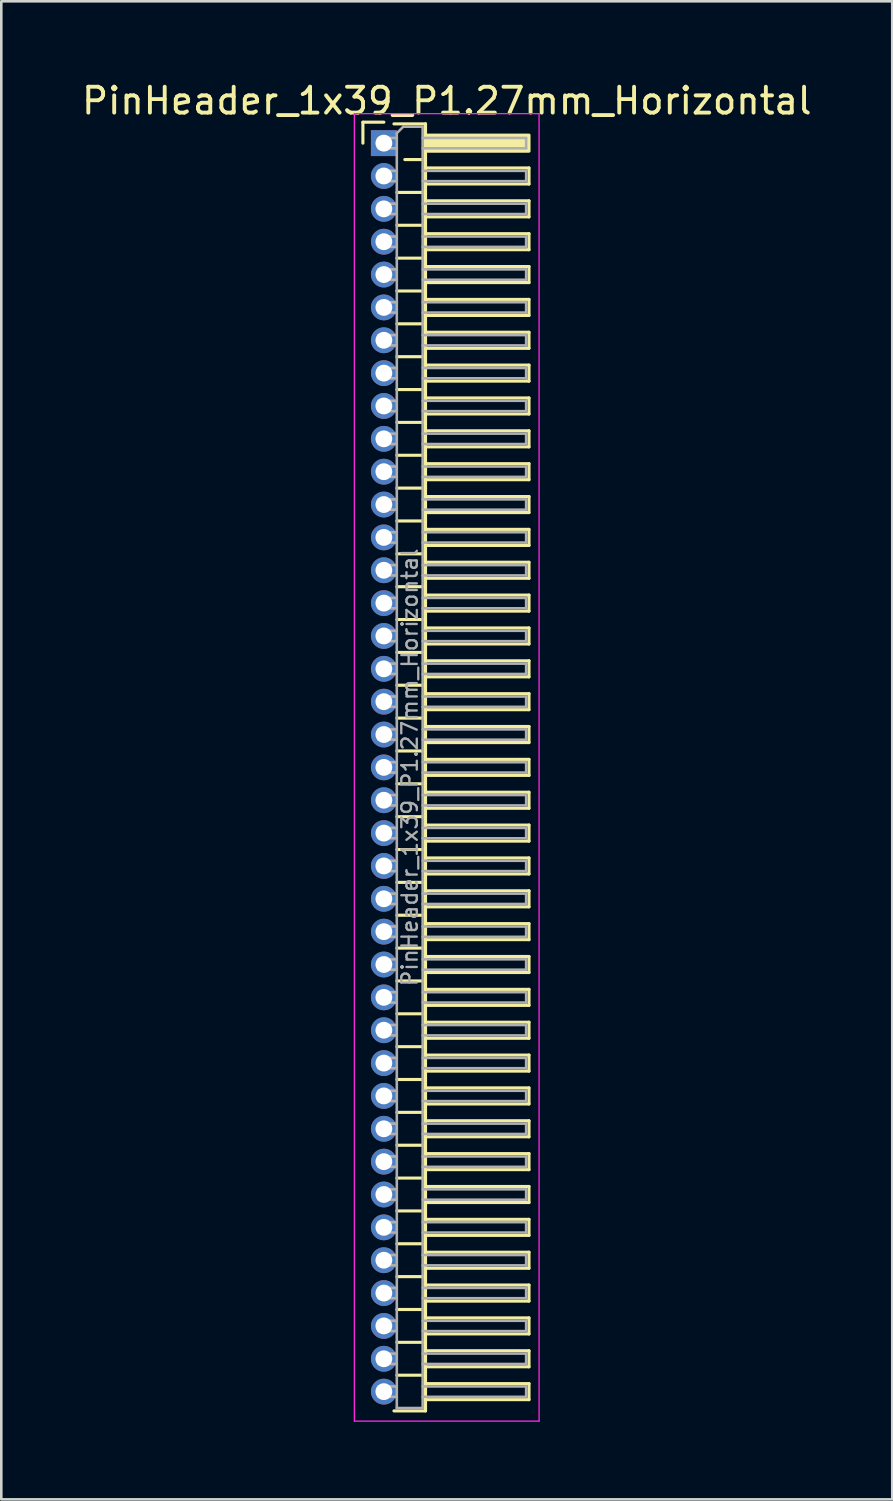
<source format=kicad_pcb>
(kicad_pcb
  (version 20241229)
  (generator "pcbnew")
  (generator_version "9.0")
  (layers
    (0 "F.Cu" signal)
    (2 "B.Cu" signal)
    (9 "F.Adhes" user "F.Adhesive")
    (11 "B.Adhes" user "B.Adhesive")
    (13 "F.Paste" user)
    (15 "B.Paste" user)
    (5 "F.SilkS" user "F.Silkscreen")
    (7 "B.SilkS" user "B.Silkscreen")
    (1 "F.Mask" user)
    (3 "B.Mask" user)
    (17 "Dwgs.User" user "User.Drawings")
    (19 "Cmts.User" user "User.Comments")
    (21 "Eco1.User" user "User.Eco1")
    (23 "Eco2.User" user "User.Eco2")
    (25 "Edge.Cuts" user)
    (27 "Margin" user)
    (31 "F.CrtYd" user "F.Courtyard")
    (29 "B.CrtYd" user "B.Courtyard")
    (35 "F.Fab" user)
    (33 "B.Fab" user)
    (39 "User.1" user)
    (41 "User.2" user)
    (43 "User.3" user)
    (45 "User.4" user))
  (footprint "PinHeader_1x39_P1.27mm_Horizontal"
    (layer "F.Cu")
    (at 11.788 2.483)
    (property "Reference" "PinHeader_1x39_P1.27mm_Horizontal" (at 2.433 -1.635 0) (layer "F.SilkS") (effects (font (size 1 1) (thickness 0.15))))
    (attr through_hole)
    (fp_line (start -0.81 -0.81) (end 0 -0.81) (stroke (width 0.12) (type solid)) (layer "F.SilkS"))
    (fp_line (start -0.81 0) (end -0.81 -0.81) (stroke (width 0.12) (type solid)) (layer "F.SilkS"))
    (fp_line (start 0.39 -0.745) (end 1.61 -0.745) (stroke (width 0.12) (type solid)) (layer "F.SilkS"))
    (fp_line (start 0.503 1.905) (end 1.61 1.905) (stroke (width 0.12) (type solid)) (layer "F.SilkS"))
    (fp_line (start 0.503 3.175) (end 1.61 3.175) (stroke (width 0.12) (type solid)) (layer "F.SilkS"))
    (fp_line (start 0.503 4.445) (end 1.61 4.445) (stroke (width 0.12) (type solid)) (layer "F.SilkS"))
    (fp_line (start 0.503 5.715) (end 1.61 5.715) (stroke (width 0.12) (type solid)) (layer "F.SilkS"))
    (fp_line (start 0.503 6.985) (end 1.61 6.985) (stroke (width 0.12) (type solid)) (layer "F.SilkS"))
    (fp_line (start 0.503 8.255) (end 1.61 8.255) (stroke (width 0.12) (type solid)) (layer "F.SilkS"))
    (fp_line (start 0.503 9.525) (end 1.61 9.525) (stroke (width 0.12) (type solid)) (layer "F.SilkS"))
    (fp_line (start 0.503 10.795) (end 1.61 10.795) (stroke (width 0.12) (type solid)) (layer "F.SilkS"))
    (fp_line (start 0.503 12.065) (end 1.61 12.065) (stroke (width 0.12) (type solid)) (layer "F.SilkS"))
    (fp_line (start 0.503 13.335) (end 1.61 13.335) (stroke (width 0.12) (type solid)) (layer "F.SilkS"))
    (fp_line (start 0.503 14.605) (end 1.61 14.605) (stroke (width 0.12) (type solid)) (layer "F.SilkS"))
    (fp_line (start 0.503 15.875) (end 1.61 15.875) (stroke (width 0.12) (type solid)) (layer "F.SilkS"))
    (fp_line (start 0.503 17.145) (end 1.61 17.145) (stroke (width 0.12) (type solid)) (layer "F.SilkS"))
    (fp_line (start 0.503 18.415) (end 1.61 18.415) (stroke (width 0.12) (type solid)) (layer "F.SilkS"))
    (fp_line (start 0.503 19.685) (end 1.61 19.685) (stroke (width 0.12) (type solid)) (layer "F.SilkS"))
    (fp_line (start 0.503 20.955) (end 1.61 20.955) (stroke (width 0.12) (type solid)) (layer "F.SilkS"))
    (fp_line (start 0.503 22.225) (end 1.61 22.225) (stroke (width 0.12) (type solid)) (layer "F.SilkS"))
    (fp_line (start 0.503 23.495) (end 1.61 23.495) (stroke (width 0.12) (type solid)) (layer "F.SilkS"))
    (fp_line (start 0.503 24.765) (end 1.61 24.765) (stroke (width 0.12) (type solid)) (layer "F.SilkS"))
    (fp_line (start 0.503 26.035) (end 1.61 26.035) (stroke (width 0.12) (type solid)) (layer "F.SilkS"))
    (fp_line (start 0.503 27.305) (end 1.61 27.305) (stroke (width 0.12) (type solid)) (layer "F.SilkS"))
    (fp_line (start 0.503 28.575) (end 1.61 28.575) (stroke (width 0.12) (type solid)) (layer "F.SilkS"))
    (fp_line (start 0.503 29.845) (end 1.61 29.845) (stroke (width 0.12) (type solid)) (layer "F.SilkS"))
    (fp_line (start 0.503 31.115) (end 1.61 31.115) (stroke (width 0.12) (type solid)) (layer "F.SilkS"))
    (fp_line (start 0.503 32.385) (end 1.61 32.385) (stroke (width 0.12) (type solid)) (layer "F.SilkS"))
    (fp_line (start 0.503 33.655) (end 1.61 33.655) (stroke (width 0.12) (type solid)) (layer "F.SilkS"))
    (fp_line (start 0.503 34.925) (end 1.61 34.925) (stroke (width 0.12) (type solid)) (layer "F.SilkS"))
    (fp_line (start 0.503 36.195) (end 1.61 36.195) (stroke (width 0.12) (type solid)) (layer "F.SilkS"))
    (fp_line (start 0.503 37.465) (end 1.61 37.465) (stroke (width 0.12) (type solid)) (layer "F.SilkS"))
    (fp_line (start 0.503 38.735) (end 1.61 38.735) (stroke (width 0.12) (type solid)) (layer "F.SilkS"))
    (fp_line (start 0.503 40.005) (end 1.61 40.005) (stroke (width 0.12) (type solid)) (layer "F.SilkS"))
    (fp_line (start 0.503 41.275) (end 1.61 41.275) (stroke (width 0.12) (type solid)) (layer "F.SilkS"))
    (fp_line (start 0.503 42.545) (end 1.61 42.545) (stroke (width 0.12) (type solid)) (layer "F.SilkS"))
    (fp_line (start 0.503 43.815) (end 1.61 43.815) (stroke (width 0.12) (type solid)) (layer "F.SilkS"))
    (fp_line (start 0.503 45.085) (end 1.61 45.085) (stroke (width 0.12) (type solid)) (layer "F.SilkS"))
    (fp_line (start 0.503 46.355) (end 1.61 46.355) (stroke (width 0.12) (type solid)) (layer "F.SilkS"))
    (fp_line (start 0.503 47.625) (end 1.61 47.625) (stroke (width 0.12) (type solid)) (layer "F.SilkS"))
    (fp_line (start 0.81 0.635) (end 1.61 0.635) (stroke (width 0.12) (type solid)) (layer "F.SilkS"))
    (fp_line (start 1.61 -0.745) (end 1.61 49.005) (stroke (width 0.12) (type solid)) (layer "F.SilkS"))
    (fp_line (start 1.61 0.96) (end 5.61 0.96) (stroke (width 0.12) (type solid)) (layer "F.SilkS"))
    (fp_line (start 1.61 2.23) (end 5.61 2.23) (stroke (width 0.12) (type solid)) (layer "F.SilkS"))
    (fp_line (start 1.61 3.5) (end 5.61 3.5) (stroke (width 0.12) (type solid)) (layer "F.SilkS"))
    (fp_line (start 1.61 4.77) (end 5.61 4.77) (stroke (width 0.12) (type solid)) (layer "F.SilkS"))
    (fp_line (start 1.61 6.04) (end 5.61 6.04) (stroke (width 0.12) (type solid)) (layer "F.SilkS"))
    (fp_line (start 1.61 7.31) (end 5.61 7.31) (stroke (width 0.12) (type solid)) (layer "F.SilkS"))
    (fp_line (start 1.61 8.58) (end 5.61 8.58) (stroke (width 0.12) (type solid)) (layer "F.SilkS"))
    (fp_line (start 1.61 9.85) (end 5.61 9.85) (stroke (width 0.12) (type solid)) (layer "F.SilkS"))
    (fp_line (start 1.61 11.12) (end 5.61 11.12) (stroke (width 0.12) (type solid)) (layer "F.SilkS"))
    (fp_line (start 1.61 12.39) (end 5.61 12.39) (stroke (width 0.12) (type solid)) (layer "F.SilkS"))
    (fp_line (start 1.61 13.66) (end 5.61 13.66) (stroke (width 0.12) (type solid)) (layer "F.SilkS"))
    (fp_line (start 1.61 14.93) (end 5.61 14.93) (stroke (width 0.12) (type solid)) (layer "F.SilkS"))
    (fp_line (start 1.61 16.2) (end 5.61 16.2) (stroke (width 0.12) (type solid)) (layer "F.SilkS"))
    (fp_line (start 1.61 17.47) (end 5.61 17.47) (stroke (width 0.12) (type solid)) (layer "F.SilkS"))
    (fp_line (start 1.61 18.74) (end 5.61 18.74) (stroke (width 0.12) (type solid)) (layer "F.SilkS"))
    (fp_line (start 1.61 20.01) (end 5.61 20.01) (stroke (width 0.12) (type solid)) (layer "F.SilkS"))
    (fp_line (start 1.61 21.28) (end 5.61 21.28) (stroke (width 0.12) (type solid)) (layer "F.SilkS"))
    (fp_line (start 1.61 22.55) (end 5.61 22.55) (stroke (width 0.12) (type solid)) (layer "F.SilkS"))
    (fp_line (start 1.61 23.82) (end 5.61 23.82) (stroke (width 0.12) (type solid)) (layer "F.SilkS"))
    (fp_line (start 1.61 25.09) (end 5.61 25.09) (stroke (width 0.12) (type solid)) (layer "F.SilkS"))
    (fp_line (start 1.61 26.36) (end 5.61 26.36) (stroke (width 0.12) (type solid)) (layer "F.SilkS"))
    (fp_line (start 1.61 27.63) (end 5.61 27.63) (stroke (width 0.12) (type solid)) (layer "F.SilkS"))
    (fp_line (start 1.61 28.9) (end 5.61 28.9) (stroke (width 0.12) (type solid)) (layer "F.SilkS"))
    (fp_line (start 1.61 30.17) (end 5.61 30.17) (stroke (width 0.12) (type solid)) (layer "F.SilkS"))
    (fp_line (start 1.61 31.44) (end 5.61 31.44) (stroke (width 0.12) (type solid)) (layer "F.SilkS"))
    (fp_line (start 1.61 32.71) (end 5.61 32.71) (stroke (width 0.12) (type solid)) (layer "F.SilkS"))
    (fp_line (start 1.61 33.98) (end 5.61 33.98) (stroke (width 0.12) (type solid)) (layer "F.SilkS"))
    (fp_line (start 1.61 35.25) (end 5.61 35.25) (stroke (width 0.12) (type solid)) (layer "F.SilkS"))
    (fp_line (start 1.61 36.52) (end 5.61 36.52) (stroke (width 0.12) (type solid)) (layer "F.SilkS"))
    (fp_line (start 1.61 37.79) (end 5.61 37.79) (stroke (width 0.12) (type solid)) (layer "F.SilkS"))
    (fp_line (start 1.61 39.06) (end 5.61 39.06) (stroke (width 0.12) (type solid)) (layer "F.SilkS"))
    (fp_line (start 1.61 40.33) (end 5.61 40.33) (stroke (width 0.12) (type solid)) (layer "F.SilkS"))
    (fp_line (start 1.61 41.6) (end 5.61 41.6) (stroke (width 0.12) (type solid)) (layer "F.SilkS"))
    (fp_line (start 1.61 42.87) (end 5.61 42.87) (stroke (width 0.12) (type solid)) (layer "F.SilkS"))
    (fp_line (start 1.61 44.14) (end 5.61 44.14) (stroke (width 0.12) (type solid)) (layer "F.SilkS"))
    (fp_line (start 1.61 45.41) (end 5.61 45.41) (stroke (width 0.12) (type solid)) (layer "F.SilkS"))
    (fp_line (start 1.61 46.68) (end 5.61 46.68) (stroke (width 0.12) (type solid)) (layer "F.SilkS"))
    (fp_line (start 1.61 47.95) (end 5.61 47.95) (stroke (width 0.12) (type solid)) (layer "F.SilkS"))
    (fp_line (start 1.61 49.005) (end 0.39 49.005) (stroke (width 0.12) (type solid)) (layer "F.SilkS"))
    (fp_line (start 5.61 0.96) (end 5.61 1.58) (stroke (width 0.12) (type solid)) (layer "F.SilkS"))
    (fp_line (start 5.61 1.58) (end 1.61 1.58) (stroke (width 0.12) (type solid)) (layer "F.SilkS"))
    (fp_line (start 5.61 2.23) (end 5.61 2.85) (stroke (width 0.12) (type solid)) (layer "F.SilkS"))
    (fp_line (start 5.61 2.85) (end 1.61 2.85) (stroke (width 0.12) (type solid)) (layer "F.SilkS"))
    (fp_line (start 5.61 3.5) (end 5.61 4.12) (stroke (width 0.12) (type solid)) (layer "F.SilkS"))
    (fp_line (start 5.61 4.12) (end 1.61 4.12) (stroke (width 0.12) (type solid)) (layer "F.SilkS"))
    (fp_line (start 5.61 4.77) (end 5.61 5.39) (stroke (width 0.12) (type solid)) (layer "F.SilkS"))
    (fp_line (start 5.61 5.39) (end 1.61 5.39) (stroke (width 0.12) (type solid)) (layer "F.SilkS"))
    (fp_line (start 5.61 6.04) (end 5.61 6.66) (stroke (width 0.12) (type solid)) (layer "F.SilkS"))
    (fp_line (start 5.61 6.66) (end 1.61 6.66) (stroke (width 0.12) (type solid)) (layer "F.SilkS"))
    (fp_line (start 5.61 7.31) (end 5.61 7.93) (stroke (width 0.12) (type solid)) (layer "F.SilkS"))
    (fp_line (start 5.61 7.93) (end 1.61 7.93) (stroke (width 0.12) (type solid)) (layer "F.SilkS"))
    (fp_line (start 5.61 8.58) (end 5.61 9.2) (stroke (width 0.12) (type solid)) (layer "F.SilkS"))
    (fp_line (start 5.61 9.2) (end 1.61 9.2) (stroke (width 0.12) (type solid)) (layer "F.SilkS"))
    (fp_line (start 5.61 9.85) (end 5.61 10.47) (stroke (width 0.12) (type solid)) (layer "F.SilkS"))
    (fp_line (start 5.61 10.47) (end 1.61 10.47) (stroke (width 0.12) (type solid)) (layer "F.SilkS"))
    (fp_line (start 5.61 11.12) (end 5.61 11.74) (stroke (width 0.12) (type solid)) (layer "F.SilkS"))
    (fp_line (start 5.61 11.74) (end 1.61 11.74) (stroke (width 0.12) (type solid)) (layer "F.SilkS"))
    (fp_line (start 5.61 12.39) (end 5.61 13.01) (stroke (width 0.12) (type solid)) (layer "F.SilkS"))
    (fp_line (start 5.61 13.01) (end 1.61 13.01) (stroke (width 0.12) (type solid)) (layer "F.SilkS"))
    (fp_line (start 5.61 13.66) (end 5.61 14.28) (stroke (width 0.12) (type solid)) (layer "F.SilkS"))
    (fp_line (start 5.61 14.28) (end 1.61 14.28) (stroke (width 0.12) (type solid)) (layer "F.SilkS"))
    (fp_line (start 5.61 14.93) (end 5.61 15.55) (stroke (width 0.12) (type solid)) (layer "F.SilkS"))
    (fp_line (start 5.61 15.55) (end 1.61 15.55) (stroke (width 0.12) (type solid)) (layer "F.SilkS"))
    (fp_line (start 5.61 16.2) (end 5.61 16.82) (stroke (width 0.12) (type solid)) (layer "F.SilkS"))
    (fp_line (start 5.61 16.82) (end 1.61 16.82) (stroke (width 0.12) (type solid)) (layer "F.SilkS"))
    (fp_line (start 5.61 17.47) (end 5.61 18.09) (stroke (width 0.12) (type solid)) (layer "F.SilkS"))
    (fp_line (start 5.61 18.09) (end 1.61 18.09) (stroke (width 0.12) (type solid)) (layer "F.SilkS"))
    (fp_line (start 5.61 18.74) (end 5.61 19.36) (stroke (width 0.12) (type solid)) (layer "F.SilkS"))
    (fp_line (start 5.61 19.36) (end 1.61 19.36) (stroke (width 0.12) (type solid)) (layer "F.SilkS"))
    (fp_line (start 5.61 20.01) (end 5.61 20.63) (stroke (width 0.12) (type solid)) (layer "F.SilkS"))
    (fp_line (start 5.61 20.63) (end 1.61 20.63) (stroke (width 0.12) (type solid)) (layer "F.SilkS"))
    (fp_line (start 5.61 21.28) (end 5.61 21.9) (stroke (width 0.12) (type solid)) (layer "F.SilkS"))
    (fp_line (start 5.61 21.9) (end 1.61 21.9) (stroke (width 0.12) (type solid)) (layer "F.SilkS"))
    (fp_line (start 5.61 22.55) (end 5.61 23.17) (stroke (width 0.12) (type solid)) (layer "F.SilkS"))
    (fp_line (start 5.61 23.17) (end 1.61 23.17) (stroke (width 0.12) (type solid)) (layer "F.SilkS"))
    (fp_line (start 5.61 23.82) (end 5.61 24.44) (stroke (width 0.12) (type solid)) (layer "F.SilkS"))
    (fp_line (start 5.61 24.44) (end 1.61 24.44) (stroke (width 0.12) (type solid)) (layer "F.SilkS"))
    (fp_line (start 5.61 25.09) (end 5.61 25.71) (stroke (width 0.12) (type solid)) (layer "F.SilkS"))
    (fp_line (start 5.61 25.71) (end 1.61 25.71) (stroke (width 0.12) (type solid)) (layer "F.SilkS"))
    (fp_line (start 5.61 26.36) (end 5.61 26.98) (stroke (width 0.12) (type solid)) (layer "F.SilkS"))
    (fp_line (start 5.61 26.98) (end 1.61 26.98) (stroke (width 0.12) (type solid)) (layer "F.SilkS"))
    (fp_line (start 5.61 27.63) (end 5.61 28.25) (stroke (width 0.12) (type solid)) (layer "F.SilkS"))
    (fp_line (start 5.61 28.25) (end 1.61 28.25) (stroke (width 0.12) (type solid)) (layer "F.SilkS"))
    (fp_line (start 5.61 28.9) (end 5.61 29.52) (stroke (width 0.12) (type solid)) (layer "F.SilkS"))
    (fp_line (start 5.61 29.52) (end 1.61 29.52) (stroke (width 0.12) (type solid)) (layer "F.SilkS"))
    (fp_line (start 5.61 30.17) (end 5.61 30.79) (stroke (width 0.12) (type solid)) (layer "F.SilkS"))
    (fp_line (start 5.61 30.79) (end 1.61 30.79) (stroke (width 0.12) (type solid)) (layer "F.SilkS"))
    (fp_line (start 5.61 31.44) (end 5.61 32.06) (stroke (width 0.12) (type solid)) (layer "F.SilkS"))
    (fp_line (start 5.61 32.06) (end 1.61 32.06) (stroke (width 0.12) (type solid)) (layer "F.SilkS"))
    (fp_line (start 5.61 32.71) (end 5.61 33.33) (stroke (width 0.12) (type solid)) (layer "F.SilkS"))
    (fp_line (start 5.61 33.33) (end 1.61 33.33) (stroke (width 0.12) (type solid)) (layer "F.SilkS"))
    (fp_line (start 5.61 33.98) (end 5.61 34.6) (stroke (width 0.12) (type solid)) (layer "F.SilkS"))
    (fp_line (start 5.61 34.6) (end 1.61 34.6) (stroke (width 0.12) (type solid)) (layer "F.SilkS"))
    (fp_line (start 5.61 35.25) (end 5.61 35.87) (stroke (width 0.12) (type solid)) (layer "F.SilkS"))
    (fp_line (start 5.61 35.87) (end 1.61 35.87) (stroke (width 0.12) (type solid)) (layer "F.SilkS"))
    (fp_line (start 5.61 36.52) (end 5.61 37.14) (stroke (width 0.12) (type solid)) (layer "F.SilkS"))
    (fp_line (start 5.61 37.14) (end 1.61 37.14) (stroke (width 0.12) (type solid)) (layer "F.SilkS"))
    (fp_line (start 5.61 37.79) (end 5.61 38.41) (stroke (width 0.12) (type solid)) (layer "F.SilkS"))
    (fp_line (start 5.61 38.41) (end 1.61 38.41) (stroke (width 0.12) (type solid)) (layer "F.SilkS"))
    (fp_line (start 5.61 39.06) (end 5.61 39.68) (stroke (width 0.12) (type solid)) (layer "F.SilkS"))
    (fp_line (start 5.61 39.68) (end 1.61 39.68) (stroke (width 0.12) (type solid)) (layer "F.SilkS"))
    (fp_line (start 5.61 40.33) (end 5.61 40.95) (stroke (width 0.12) (type solid)) (layer "F.SilkS"))
    (fp_line (start 5.61 40.95) (end 1.61 40.95) (stroke (width 0.12) (type solid)) (layer "F.SilkS"))
    (fp_line (start 5.61 41.6) (end 5.61 42.22) (stroke (width 0.12) (type solid)) (layer "F.SilkS"))
    (fp_line (start 5.61 42.22) (end 1.61 42.22) (stroke (width 0.12) (type solid)) (layer "F.SilkS"))
    (fp_line (start 5.61 42.87) (end 5.61 43.49) (stroke (width 0.12) (type solid)) (layer "F.SilkS"))
    (fp_line (start 5.61 43.49) (end 1.61 43.49) (stroke (width 0.12) (type solid)) (layer "F.SilkS"))
    (fp_line (start 5.61 44.14) (end 5.61 44.76) (stroke (width 0.12) (type solid)) (layer "F.SilkS"))
    (fp_line (start 5.61 44.76) (end 1.61 44.76) (stroke (width 0.12) (type solid)) (layer "F.SilkS"))
    (fp_line (start 5.61 45.41) (end 5.61 46.03) (stroke (width 0.12) (type solid)) (layer "F.SilkS"))
    (fp_line (start 5.61 46.03) (end 1.61 46.03) (stroke (width 0.12) (type solid)) (layer "F.SilkS"))
    (fp_line (start 5.61 46.68) (end 5.61 47.3) (stroke (width 0.12) (type solid)) (layer "F.SilkS"))
    (fp_line (start 5.61 47.3) (end 1.61 47.3) (stroke (width 0.12) (type solid)) (layer "F.SilkS"))
    (fp_line (start 5.61 47.95) (end 5.61 48.57) (stroke (width 0.12) (type solid)) (layer "F.SilkS"))
    (fp_line (start 5.61 48.57) (end 1.61 48.57) (stroke (width 0.12) (type solid)) (layer "F.SilkS"))
    (fp_rect (start 1.61 -0.31) (end 5.61 0.31) (stroke (width 0.12) (type solid)) (fill yes) (layer "F.SilkS"))
    (fp_line (start -1.14 -1.14) (end -1.14 49.4) (stroke (width 0.05) (type solid)) (layer "F.CrtYd"))
    (fp_line (start -1.14 49.4) (end 6 49.4) (stroke (width 0.05) (type solid)) (layer "F.CrtYd"))
    (fp_line (start 6 -1.14) (end -1.14 -1.14) (stroke (width 0.05) (type solid)) (layer "F.CrtYd"))
    (fp_line (start 6 49.4) (end 6 -1.14) (stroke (width 0.05) (type solid)) (layer "F.CrtYd"))
    (fp_line (start -0.2 -0.2) (end -0.2 0.2) (stroke (width 0.1) (type solid)) (layer "F.Fab"))
    (fp_line (start -0.2 -0.2) (end 0.5 -0.2) (stroke (width 0.1) (type solid)) (layer "F.Fab"))
    (fp_line (start -0.2 0.2) (end 0.5 0.2) (stroke (width 0.1) (type solid)) (layer "F.Fab"))
    (fp_line (start -0.2 1.07) (end -0.2 1.47) (stroke (width 0.1) (type solid)) (layer "F.Fab"))
    (fp_line (start -0.2 1.07) (end 0.5 1.07) (stroke (width 0.1) (type solid)) (layer "F.Fab"))
    (fp_line (start -0.2 1.47) (end 0.5 1.47) (stroke (width 0.1) (type solid)) (layer "F.Fab"))
    (fp_line (start -0.2 2.34) (end -0.2 2.74) (stroke (width 0.1) (type solid)) (layer "F.Fab"))
    (fp_line (start -0.2 2.34) (end 0.5 2.34) (stroke (width 0.1) (type solid)) (layer "F.Fab"))
    (fp_line (start -0.2 2.74) (end 0.5 2.74) (stroke (width 0.1) (type solid)) (layer "F.Fab"))
    (fp_line (start -0.2 3.61) (end -0.2 4.01) (stroke (width 0.1) (type solid)) (layer "F.Fab"))
    (fp_line (start -0.2 3.61) (end 0.5 3.61) (stroke (width 0.1) (type solid)) (layer "F.Fab"))
    (fp_line (start -0.2 4.01) (end 0.5 4.01) (stroke (width 0.1) (type solid)) (layer "F.Fab"))
    (fp_line (start -0.2 4.88) (end -0.2 5.28) (stroke (width 0.1) (type solid)) (layer "F.Fab"))
    (fp_line (start -0.2 4.88) (end 0.5 4.88) (stroke (width 0.1) (type solid)) (layer "F.Fab"))
    (fp_line (start -0.2 5.28) (end 0.5 5.28) (stroke (width 0.1) (type solid)) (layer "F.Fab"))
    (fp_line (start -0.2 6.15) (end -0.2 6.55) (stroke (width 0.1) (type solid)) (layer "F.Fab"))
    (fp_line (start -0.2 6.15) (end 0.5 6.15) (stroke (width 0.1) (type solid)) (layer "F.Fab"))
    (fp_line (start -0.2 6.55) (end 0.5 6.55) (stroke (width 0.1) (type solid)) (layer "F.Fab"))
    (fp_line (start -0.2 7.42) (end -0.2 7.82) (stroke (width 0.1) (type solid)) (layer "F.Fab"))
    (fp_line (start -0.2 7.42) (end 0.5 7.42) (stroke (width 0.1) (type solid)) (layer "F.Fab"))
    (fp_line (start -0.2 7.82) (end 0.5 7.82) (stroke (width 0.1) (type solid)) (layer "F.Fab"))
    (fp_line (start -0.2 8.69) (end -0.2 9.09) (stroke (width 0.1) (type solid)) (layer "F.Fab"))
    (fp_line (start -0.2 8.69) (end 0.5 8.69) (stroke (width 0.1) (type solid)) (layer "F.Fab"))
    (fp_line (start -0.2 9.09) (end 0.5 9.09) (stroke (width 0.1) (type solid)) (layer "F.Fab"))
    (fp_line (start -0.2 9.96) (end -0.2 10.36) (stroke (width 0.1) (type solid)) (layer "F.Fab"))
    (fp_line (start -0.2 9.96) (end 0.5 9.96) (stroke (width 0.1) (type solid)) (layer "F.Fab"))
    (fp_line (start -0.2 10.36) (end 0.5 10.36) (stroke (width 0.1) (type solid)) (layer "F.Fab"))
    (fp_line (start -0.2 11.23) (end -0.2 11.63) (stroke (width 0.1) (type solid)) (layer "F.Fab"))
    (fp_line (start -0.2 11.23) (end 0.5 11.23) (stroke (width 0.1) (type solid)) (layer "F.Fab"))
    (fp_line (start -0.2 11.63) (end 0.5 11.63) (stroke (width 0.1) (type solid)) (layer "F.Fab"))
    (fp_line (start -0.2 12.5) (end -0.2 12.9) (stroke (width 0.1) (type solid)) (layer "F.Fab"))
    (fp_line (start -0.2 12.5) (end 0.5 12.5) (stroke (width 0.1) (type solid)) (layer "F.Fab"))
    (fp_line (start -0.2 12.9) (end 0.5 12.9) (stroke (width 0.1) (type solid)) (layer "F.Fab"))
    (fp_line (start -0.2 13.77) (end -0.2 14.17) (stroke (width 0.1) (type solid)) (layer "F.Fab"))
    (fp_line (start -0.2 13.77) (end 0.5 13.77) (stroke (width 0.1) (type solid)) (layer "F.Fab"))
    (fp_line (start -0.2 14.17) (end 0.5 14.17) (stroke (width 0.1) (type solid)) (layer "F.Fab"))
    (fp_line (start -0.2 15.04) (end -0.2 15.44) (stroke (width 0.1) (type solid)) (layer "F.Fab"))
    (fp_line (start -0.2 15.04) (end 0.5 15.04) (stroke (width 0.1) (type solid)) (layer "F.Fab"))
    (fp_line (start -0.2 15.44) (end 0.5 15.44) (stroke (width 0.1) (type solid)) (layer "F.Fab"))
    (fp_line (start -0.2 16.31) (end -0.2 16.71) (stroke (width 0.1) (type solid)) (layer "F.Fab"))
    (fp_line (start -0.2 16.31) (end 0.5 16.31) (stroke (width 0.1) (type solid)) (layer "F.Fab"))
    (fp_line (start -0.2 16.71) (end 0.5 16.71) (stroke (width 0.1) (type solid)) (layer "F.Fab"))
    (fp_line (start -0.2 17.58) (end -0.2 17.98) (stroke (width 0.1) (type solid)) (layer "F.Fab"))
    (fp_line (start -0.2 17.58) (end 0.5 17.58) (stroke (width 0.1) (type solid)) (layer "F.Fab"))
    (fp_line (start -0.2 17.98) (end 0.5 17.98) (stroke (width 0.1) (type solid)) (layer "F.Fab"))
    (fp_line (start -0.2 18.85) (end -0.2 19.25) (stroke (width 0.1) (type solid)) (layer "F.Fab"))
    (fp_line (start -0.2 18.85) (end 0.5 18.85) (stroke (width 0.1) (type solid)) (layer "F.Fab"))
    (fp_line (start -0.2 19.25) (end 0.5 19.25) (stroke (width 0.1) (type solid)) (layer "F.Fab"))
    (fp_line (start -0.2 20.12) (end -0.2 20.52) (stroke (width 0.1) (type solid)) (layer "F.Fab"))
    (fp_line (start -0.2 20.12) (end 0.5 20.12) (stroke (width 0.1) (type solid)) (layer "F.Fab"))
    (fp_line (start -0.2 20.52) (end 0.5 20.52) (stroke (width 0.1) (type solid)) (layer "F.Fab"))
    (fp_line (start -0.2 21.39) (end -0.2 21.79) (stroke (width 0.1) (type solid)) (layer "F.Fab"))
    (fp_line (start -0.2 21.39) (end 0.5 21.39) (stroke (width 0.1) (type solid)) (layer "F.Fab"))
    (fp_line (start -0.2 21.79) (end 0.5 21.79) (stroke (width 0.1) (type solid)) (layer "F.Fab"))
    (fp_line (start -0.2 22.66) (end -0.2 23.06) (stroke (width 0.1) (type solid)) (layer "F.Fab"))
    (fp_line (start -0.2 22.66) (end 0.5 22.66) (stroke (width 0.1) (type solid)) (layer "F.Fab"))
    (fp_line (start -0.2 23.06) (end 0.5 23.06) (stroke (width 0.1) (type solid)) (layer "F.Fab"))
    (fp_line (start -0.2 23.93) (end -0.2 24.33) (stroke (width 0.1) (type solid)) (layer "F.Fab"))
    (fp_line (start -0.2 23.93) (end 0.5 23.93) (stroke (width 0.1) (type solid)) (layer "F.Fab"))
    (fp_line (start -0.2 24.33) (end 0.5 24.33) (stroke (width 0.1) (type solid)) (layer "F.Fab"))
    (fp_line (start -0.2 25.2) (end -0.2 25.6) (stroke (width 0.1) (type solid)) (layer "F.Fab"))
    (fp_line (start -0.2 25.2) (end 0.5 25.2) (stroke (width 0.1) (type solid)) (layer "F.Fab"))
    (fp_line (start -0.2 25.6) (end 0.5 25.6) (stroke (width 0.1) (type solid)) (layer "F.Fab"))
    (fp_line (start -0.2 26.47) (end -0.2 26.87) (stroke (width 0.1) (type solid)) (layer "F.Fab"))
    (fp_line (start -0.2 26.47) (end 0.5 26.47) (stroke (width 0.1) (type solid)) (layer "F.Fab"))
    (fp_line (start -0.2 26.87) (end 0.5 26.87) (stroke (width 0.1) (type solid)) (layer "F.Fab"))
    (fp_line (start -0.2 27.74) (end -0.2 28.14) (stroke (width 0.1) (type solid)) (layer "F.Fab"))
    (fp_line (start -0.2 27.74) (end 0.5 27.74) (stroke (width 0.1) (type solid)) (layer "F.Fab"))
    (fp_line (start -0.2 28.14) (end 0.5 28.14) (stroke (width 0.1) (type solid)) (layer "F.Fab"))
    (fp_line (start -0.2 29.01) (end -0.2 29.41) (stroke (width 0.1) (type solid)) (layer "F.Fab"))
    (fp_line (start -0.2 29.01) (end 0.5 29.01) (stroke (width 0.1) (type solid)) (layer "F.Fab"))
    (fp_line (start -0.2 29.41) (end 0.5 29.41) (stroke (width 0.1) (type solid)) (layer "F.Fab"))
    (fp_line (start -0.2 30.28) (end -0.2 30.68) (stroke (width 0.1) (type solid)) (layer "F.Fab"))
    (fp_line (start -0.2 30.28) (end 0.5 30.28) (stroke (width 0.1) (type solid)) (layer "F.Fab"))
    (fp_line (start -0.2 30.68) (end 0.5 30.68) (stroke (width 0.1) (type solid)) (layer "F.Fab"))
    (fp_line (start -0.2 31.55) (end -0.2 31.95) (stroke (width 0.1) (type solid)) (layer "F.Fab"))
    (fp_line (start -0.2 31.55) (end 0.5 31.55) (stroke (width 0.1) (type solid)) (layer "F.Fab"))
    (fp_line (start -0.2 31.95) (end 0.5 31.95) (stroke (width 0.1) (type solid)) (layer "F.Fab"))
    (fp_line (start -0.2 32.82) (end -0.2 33.22) (stroke (width 0.1) (type solid)) (layer "F.Fab"))
    (fp_line (start -0.2 32.82) (end 0.5 32.82) (stroke (width 0.1) (type solid)) (layer "F.Fab"))
    (fp_line (start -0.2 33.22) (end 0.5 33.22) (stroke (width 0.1) (type solid)) (layer "F.Fab"))
    (fp_line (start -0.2 34.09) (end -0.2 34.49) (stroke (width 0.1) (type solid)) (layer "F.Fab"))
    (fp_line (start -0.2 34.09) (end 0.5 34.09) (stroke (width 0.1) (type solid)) (layer "F.Fab"))
    (fp_line (start -0.2 34.49) (end 0.5 34.49) (stroke (width 0.1) (type solid)) (layer "F.Fab"))
    (fp_line (start -0.2 35.36) (end -0.2 35.76) (stroke (width 0.1) (type solid)) (layer "F.Fab"))
    (fp_line (start -0.2 35.36) (end 0.5 35.36) (stroke (width 0.1) (type solid)) (layer "F.Fab"))
    (fp_line (start -0.2 35.76) (end 0.5 35.76) (stroke (width 0.1) (type solid)) (layer "F.Fab"))
    (fp_line (start -0.2 36.63) (end -0.2 37.03) (stroke (width 0.1) (type solid)) (layer "F.Fab"))
    (fp_line (start -0.2 36.63) (end 0.5 36.63) (stroke (width 0.1) (type solid)) (layer "F.Fab"))
    (fp_line (start -0.2 37.03) (end 0.5 37.03) (stroke (width 0.1) (type solid)) (layer "F.Fab"))
    (fp_line (start -0.2 37.9) (end -0.2 38.3) (stroke (width 0.1) (type solid)) (layer "F.Fab"))
    (fp_line (start -0.2 37.9) (end 0.5 37.9) (stroke (width 0.1) (type solid)) (layer "F.Fab"))
    (fp_line (start -0.2 38.3) (end 0.5 38.3) (stroke (width 0.1) (type solid)) (layer "F.Fab"))
    (fp_line (start -0.2 39.17) (end -0.2 39.57) (stroke (width 0.1) (type solid)) (layer "F.Fab"))
    (fp_line (start -0.2 39.17) (end 0.5 39.17) (stroke (width 0.1) (type solid)) (layer "F.Fab"))
    (fp_line (start -0.2 39.57) (end 0.5 39.57) (stroke (width 0.1) (type solid)) (layer "F.Fab"))
    (fp_line (start -0.2 40.44) (end -0.2 40.84) (stroke (width 0.1) (type solid)) (layer "F.Fab"))
    (fp_line (start -0.2 40.44) (end 0.5 40.44) (stroke (width 0.1) (type solid)) (layer "F.Fab"))
    (fp_line (start -0.2 40.84) (end 0.5 40.84) (stroke (width 0.1) (type solid)) (layer "F.Fab"))
    (fp_line (start -0.2 41.71) (end -0.2 42.11) (stroke (width 0.1) (type solid)) (layer "F.Fab"))
    (fp_line (start -0.2 41.71) (end 0.5 41.71) (stroke (width 0.1) (type solid)) (layer "F.Fab"))
    (fp_line (start -0.2 42.11) (end 0.5 42.11) (stroke (width 0.1) (type solid)) (layer "F.Fab"))
    (fp_line (start -0.2 42.98) (end -0.2 43.38) (stroke (width 0.1) (type solid)) (layer "F.Fab"))
    (fp_line (start -0.2 42.98) (end 0.5 42.98) (stroke (width 0.1) (type solid)) (layer "F.Fab"))
    (fp_line (start -0.2 43.38) (end 0.5 43.38) (stroke (width 0.1) (type solid)) (layer "F.Fab"))
    (fp_line (start -0.2 44.25) (end -0.2 44.65) (stroke (width 0.1) (type solid)) (layer "F.Fab"))
    (fp_line (start -0.2 44.25) (end 0.5 44.25) (stroke (width 0.1) (type solid)) (layer "F.Fab"))
    (fp_line (start -0.2 44.65) (end 0.5 44.65) (stroke (width 0.1) (type solid)) (layer "F.Fab"))
    (fp_line (start -0.2 45.52) (end -0.2 45.92) (stroke (width 0.1) (type solid)) (layer "F.Fab"))
    (fp_line (start -0.2 45.52) (end 0.5 45.52) (stroke (width 0.1) (type solid)) (layer "F.Fab"))
    (fp_line (start -0.2 45.92) (end 0.5 45.92) (stroke (width 0.1) (type solid)) (layer "F.Fab"))
    (fp_line (start -0.2 46.79) (end -0.2 47.19) (stroke (width 0.1) (type solid)) (layer "F.Fab"))
    (fp_line (start -0.2 46.79) (end 0.5 46.79) (stroke (width 0.1) (type solid)) (layer "F.Fab"))
    (fp_line (start -0.2 47.19) (end 0.5 47.19) (stroke (width 0.1) (type solid)) (layer "F.Fab"))
    (fp_line (start -0.2 48.06) (end -0.2 48.46) (stroke (width 0.1) (type solid)) (layer "F.Fab"))
    (fp_line (start -0.2 48.06) (end 0.5 48.06) (stroke (width 0.1) (type solid)) (layer "F.Fab"))
    (fp_line (start -0.2 48.46) (end 0.5 48.46) (stroke (width 0.1) (type solid)) (layer "F.Fab"))
    (fp_line (start 0.5 -0.385) (end 0.75 -0.635) (stroke (width 0.1) (type solid)) (layer "F.Fab"))
    (fp_line (start 0.5 48.895) (end 0.5 -0.385) (stroke (width 0.1) (type solid)) (layer "F.Fab"))
    (fp_line (start 0.75 -0.635) (end 1.5 -0.635) (stroke (width 0.1) (type solid)) (layer "F.Fab"))
    (fp_line (start 1.5 -0.635) (end 1.5 48.895) (stroke (width 0.1) (type solid)) (layer "F.Fab"))
    (fp_line (start 1.5 -0.2) (end 5.5 -0.2) (stroke (width 0.1) (type solid)) (layer "F.Fab"))
    (fp_line (start 1.5 0.2) (end 5.5 0.2) (stroke (width 0.1) (type solid)) (layer "F.Fab"))
    (fp_line (start 1.5 1.07) (end 5.5 1.07) (stroke (width 0.1) (type solid)) (layer "F.Fab"))
    (fp_line (start 1.5 1.47) (end 5.5 1.47) (stroke (width 0.1) (type solid)) (layer "F.Fab"))
    (fp_line (start 1.5 2.34) (end 5.5 2.34) (stroke (width 0.1) (type solid)) (layer "F.Fab"))
    (fp_line (start 1.5 2.74) (end 5.5 2.74) (stroke (width 0.1) (type solid)) (layer "F.Fab"))
    (fp_line (start 1.5 3.61) (end 5.5 3.61) (stroke (width 0.1) (type solid)) (layer "F.Fab"))
    (fp_line (start 1.5 4.01) (end 5.5 4.01) (stroke (width 0.1) (type solid)) (layer "F.Fab"))
    (fp_line (start 1.5 4.88) (end 5.5 4.88) (stroke (width 0.1) (type solid)) (layer "F.Fab"))
    (fp_line (start 1.5 5.28) (end 5.5 5.28) (stroke (width 0.1) (type solid)) (layer "F.Fab"))
    (fp_line (start 1.5 6.15) (end 5.5 6.15) (stroke (width 0.1) (type solid)) (layer "F.Fab"))
    (fp_line (start 1.5 6.55) (end 5.5 6.55) (stroke (width 0.1) (type solid)) (layer "F.Fab"))
    (fp_line (start 1.5 7.42) (end 5.5 7.42) (stroke (width 0.1) (type solid)) (layer "F.Fab"))
    (fp_line (start 1.5 7.82) (end 5.5 7.82) (stroke (width 0.1) (type solid)) (layer "F.Fab"))
    (fp_line (start 1.5 8.69) (end 5.5 8.69) (stroke (width 0.1) (type solid)) (layer "F.Fab"))
    (fp_line (start 1.5 9.09) (end 5.5 9.09) (stroke (width 0.1) (type solid)) (layer "F.Fab"))
    (fp_line (start 1.5 9.96) (end 5.5 9.96) (stroke (width 0.1) (type solid)) (layer "F.Fab"))
    (fp_line (start 1.5 10.36) (end 5.5 10.36) (stroke (width 0.1) (type solid)) (layer "F.Fab"))
    (fp_line (start 1.5 11.23) (end 5.5 11.23) (stroke (width 0.1) (type solid)) (layer "F.Fab"))
    (fp_line (start 1.5 11.63) (end 5.5 11.63) (stroke (width 0.1) (type solid)) (layer "F.Fab"))
    (fp_line (start 1.5 12.5) (end 5.5 12.5) (stroke (width 0.1) (type solid)) (layer "F.Fab"))
    (fp_line (start 1.5 12.9) (end 5.5 12.9) (stroke (width 0.1) (type solid)) (layer "F.Fab"))
    (fp_line (start 1.5 13.77) (end 5.5 13.77) (stroke (width 0.1) (type solid)) (layer "F.Fab"))
    (fp_line (start 1.5 14.17) (end 5.5 14.17) (stroke (width 0.1) (type solid)) (layer "F.Fab"))
    (fp_line (start 1.5 15.04) (end 5.5 15.04) (stroke (width 0.1) (type solid)) (layer "F.Fab"))
    (fp_line (start 1.5 15.44) (end 5.5 15.44) (stroke (width 0.1) (type solid)) (layer "F.Fab"))
    (fp_line (start 1.5 16.31) (end 5.5 16.31) (stroke (width 0.1) (type solid)) (layer "F.Fab"))
    (fp_line (start 1.5 16.71) (end 5.5 16.71) (stroke (width 0.1) (type solid)) (layer "F.Fab"))
    (fp_line (start 1.5 17.58) (end 5.5 17.58) (stroke (width 0.1) (type solid)) (layer "F.Fab"))
    (fp_line (start 1.5 17.98) (end 5.5 17.98) (stroke (width 0.1) (type solid)) (layer "F.Fab"))
    (fp_line (start 1.5 18.85) (end 5.5 18.85) (stroke (width 0.1) (type solid)) (layer "F.Fab"))
    (fp_line (start 1.5 19.25) (end 5.5 19.25) (stroke (width 0.1) (type solid)) (layer "F.Fab"))
    (fp_line (start 1.5 20.12) (end 5.5 20.12) (stroke (width 0.1) (type solid)) (layer "F.Fab"))
    (fp_line (start 1.5 20.52) (end 5.5 20.52) (stroke (width 0.1) (type solid)) (layer "F.Fab"))
    (fp_line (start 1.5 21.39) (end 5.5 21.39) (stroke (width 0.1) (type solid)) (layer "F.Fab"))
    (fp_line (start 1.5 21.79) (end 5.5 21.79) (stroke (width 0.1) (type solid)) (layer "F.Fab"))
    (fp_line (start 1.5 22.66) (end 5.5 22.66) (stroke (width 0.1) (type solid)) (layer "F.Fab"))
    (fp_line (start 1.5 23.06) (end 5.5 23.06) (stroke (width 0.1) (type solid)) (layer "F.Fab"))
    (fp_line (start 1.5 23.93) (end 5.5 23.93) (stroke (width 0.1) (type solid)) (layer "F.Fab"))
    (fp_line (start 1.5 24.33) (end 5.5 24.33) (stroke (width 0.1) (type solid)) (layer "F.Fab"))
    (fp_line (start 1.5 25.2) (end 5.5 25.2) (stroke (width 0.1) (type solid)) (layer "F.Fab"))
    (fp_line (start 1.5 25.6) (end 5.5 25.6) (stroke (width 0.1) (type solid)) (layer "F.Fab"))
    (fp_line (start 1.5 26.47) (end 5.5 26.47) (stroke (width 0.1) (type solid)) (layer "F.Fab"))
    (fp_line (start 1.5 26.87) (end 5.5 26.87) (stroke (width 0.1) (type solid)) (layer "F.Fab"))
    (fp_line (start 1.5 27.74) (end 5.5 27.74) (stroke (width 0.1) (type solid)) (layer "F.Fab"))
    (fp_line (start 1.5 28.14) (end 5.5 28.14) (stroke (width 0.1) (type solid)) (layer "F.Fab"))
    (fp_line (start 1.5 29.01) (end 5.5 29.01) (stroke (width 0.1) (type solid)) (layer "F.Fab"))
    (fp_line (start 1.5 29.41) (end 5.5 29.41) (stroke (width 0.1) (type solid)) (layer "F.Fab"))
    (fp_line (start 1.5 30.28) (end 5.5 30.28) (stroke (width 0.1) (type solid)) (layer "F.Fab"))
    (fp_line (start 1.5 30.68) (end 5.5 30.68) (stroke (width 0.1) (type solid)) (layer "F.Fab"))
    (fp_line (start 1.5 31.55) (end 5.5 31.55) (stroke (width 0.1) (type solid)) (layer "F.Fab"))
    (fp_line (start 1.5 31.95) (end 5.5 31.95) (stroke (width 0.1) (type solid)) (layer "F.Fab"))
    (fp_line (start 1.5 32.82) (end 5.5 32.82) (stroke (width 0.1) (type solid)) (layer "F.Fab"))
    (fp_line (start 1.5 33.22) (end 5.5 33.22) (stroke (width 0.1) (type solid)) (layer "F.Fab"))
    (fp_line (start 1.5 34.09) (end 5.5 34.09) (stroke (width 0.1) (type solid)) (layer "F.Fab"))
    (fp_line (start 1.5 34.49) (end 5.5 34.49) (stroke (width 0.1) (type solid)) (layer "F.Fab"))
    (fp_line (start 1.5 35.36) (end 5.5 35.36) (stroke (width 0.1) (type solid)) (layer "F.Fab"))
    (fp_line (start 1.5 35.76) (end 5.5 35.76) (stroke (width 0.1) (type solid)) (layer "F.Fab"))
    (fp_line (start 1.5 36.63) (end 5.5 36.63) (stroke (width 0.1) (type solid)) (layer "F.Fab"))
    (fp_line (start 1.5 37.03) (end 5.5 37.03) (stroke (width 0.1) (type solid)) (layer "F.Fab"))
    (fp_line (start 1.5 37.9) (end 5.5 37.9) (stroke (width 0.1) (type solid)) (layer "F.Fab"))
    (fp_line (start 1.5 38.3) (end 5.5 38.3) (stroke (width 0.1) (type solid)) (layer "F.Fab"))
    (fp_line (start 1.5 39.17) (end 5.5 39.17) (stroke (width 0.1) (type solid)) (layer "F.Fab"))
    (fp_line (start 1.5 39.57) (end 5.5 39.57) (stroke (width 0.1) (type solid)) (layer "F.Fab"))
    (fp_line (start 1.5 40.44) (end 5.5 40.44) (stroke (width 0.1) (type solid)) (layer "F.Fab"))
    (fp_line (start 1.5 40.84) (end 5.5 40.84) (stroke (width 0.1) (type solid)) (layer "F.Fab"))
    (fp_line (start 1.5 41.71) (end 5.5 41.71) (stroke (width 0.1) (type solid)) (layer "F.Fab"))
    (fp_line (start 1.5 42.11) (end 5.5 42.11) (stroke (width 0.1) (type solid)) (layer "F.Fab"))
    (fp_line (start 1.5 42.98) (end 5.5 42.98) (stroke (width 0.1) (type solid)) (layer "F.Fab"))
    (fp_line (start 1.5 43.38) (end 5.5 43.38) (stroke (width 0.1) (type solid)) (layer "F.Fab"))
    (fp_line (start 1.5 44.25) (end 5.5 44.25) (stroke (width 0.1) (type solid)) (layer "F.Fab"))
    (fp_line (start 1.5 44.65) (end 5.5 44.65) (stroke (width 0.1) (type solid)) (layer "F.Fab"))
    (fp_line (start 1.5 45.52) (end 5.5 45.52) (stroke (width 0.1) (type solid)) (layer "F.Fab"))
    (fp_line (start 1.5 45.92) (end 5.5 45.92) (stroke (width 0.1) (type solid)) (layer "F.Fab"))
    (fp_line (start 1.5 46.79) (end 5.5 46.79) (stroke (width 0.1) (type solid)) (layer "F.Fab"))
    (fp_line (start 1.5 47.19) (end 5.5 47.19) (stroke (width 0.1) (type solid)) (layer "F.Fab"))
    (fp_line (start 1.5 48.06) (end 5.5 48.06) (stroke (width 0.1) (type solid)) (layer "F.Fab"))
    (fp_line (start 1.5 48.46) (end 5.5 48.46) (stroke (width 0.1) (type solid)) (layer "F.Fab"))
    (fp_line (start 1.5 48.895) (end 0.5 48.895) (stroke (width 0.1) (type solid)) (layer "F.Fab"))
    (fp_line (start 5.5 -0.2) (end 5.5 0.2) (stroke (width 0.1) (type solid)) (layer "F.Fab"))
    (fp_line (start 5.5 1.07) (end 5.5 1.47) (stroke (width 0.1) (type solid)) (layer "F.Fab"))
    (fp_line (start 5.5 2.34) (end 5.5 2.74) (stroke (width 0.1) (type solid)) (layer "F.Fab"))
    (fp_line (start 5.5 3.61) (end 5.5 4.01) (stroke (width 0.1) (type solid)) (layer "F.Fab"))
    (fp_line (start 5.5 4.88) (end 5.5 5.28) (stroke (width 0.1) (type solid)) (layer "F.Fab"))
    (fp_line (start 5.5 6.15) (end 5.5 6.55) (stroke (width 0.1) (type solid)) (layer "F.Fab"))
    (fp_line (start 5.5 7.42) (end 5.5 7.82) (stroke (width 0.1) (type solid)) (layer "F.Fab"))
    (fp_line (start 5.5 8.69) (end 5.5 9.09) (stroke (width 0.1) (type solid)) (layer "F.Fab"))
    (fp_line (start 5.5 9.96) (end 5.5 10.36) (stroke (width 0.1) (type solid)) (layer "F.Fab"))
    (fp_line (start 5.5 11.23) (end 5.5 11.63) (stroke (width 0.1) (type solid)) (layer "F.Fab"))
    (fp_line (start 5.5 12.5) (end 5.5 12.9) (stroke (width 0.1) (type solid)) (layer "F.Fab"))
    (fp_line (start 5.5 13.77) (end 5.5 14.17) (stroke (width 0.1) (type solid)) (layer "F.Fab"))
    (fp_line (start 5.5 15.04) (end 5.5 15.44) (stroke (width 0.1) (type solid)) (layer "F.Fab"))
    (fp_line (start 5.5 16.31) (end 5.5 16.71) (stroke (width 0.1) (type solid)) (layer "F.Fab"))
    (fp_line (start 5.5 17.58) (end 5.5 17.98) (stroke (width 0.1) (type solid)) (layer "F.Fab"))
    (fp_line (start 5.5 18.85) (end 5.5 19.25) (stroke (width 0.1) (type solid)) (layer "F.Fab"))
    (fp_line (start 5.5 20.12) (end 5.5 20.52) (stroke (width 0.1) (type solid)) (layer "F.Fab"))
    (fp_line (start 5.5 21.39) (end 5.5 21.79) (stroke (width 0.1) (type solid)) (layer "F.Fab"))
    (fp_line (start 5.5 22.66) (end 5.5 23.06) (stroke (width 0.1) (type solid)) (layer "F.Fab"))
    (fp_line (start 5.5 23.93) (end 5.5 24.33) (stroke (width 0.1) (type solid)) (layer "F.Fab"))
    (fp_line (start 5.5 25.2) (end 5.5 25.6) (stroke (width 0.1) (type solid)) (layer "F.Fab"))
    (fp_line (start 5.5 26.47) (end 5.5 26.87) (stroke (width 0.1) (type solid)) (layer "F.Fab"))
    (fp_line (start 5.5 27.74) (end 5.5 28.14) (stroke (width 0.1) (type solid)) (layer "F.Fab"))
    (fp_line (start 5.5 29.01) (end 5.5 29.41) (stroke (width 0.1) (type solid)) (layer "F.Fab"))
    (fp_line (start 5.5 30.28) (end 5.5 30.68) (stroke (width 0.1) (type solid)) (layer "F.Fab"))
    (fp_line (start 5.5 31.55) (end 5.5 31.95) (stroke (width 0.1) (type solid)) (layer "F.Fab"))
    (fp_line (start 5.5 32.82) (end 5.5 33.22) (stroke (width 0.1) (type solid)) (layer "F.Fab"))
    (fp_line (start 5.5 34.09) (end 5.5 34.49) (stroke (width 0.1) (type solid)) (layer "F.Fab"))
    (fp_line (start 5.5 35.36) (end 5.5 35.76) (stroke (width 0.1) (type solid)) (layer "F.Fab"))
    (fp_line (start 5.5 36.63) (end 5.5 37.03) (stroke (width 0.1) (type solid)) (layer "F.Fab"))
    (fp_line (start 5.5 37.9) (end 5.5 38.3) (stroke (width 0.1) (type solid)) (layer "F.Fab"))
    (fp_line (start 5.5 39.17) (end 5.5 39.57) (stroke (width 0.1) (type solid)) (layer "F.Fab"))
    (fp_line (start 5.5 40.44) (end 5.5 40.84) (stroke (width 0.1) (type solid)) (layer "F.Fab"))
    (fp_line (start 5.5 41.71) (end 5.5 42.11) (stroke (width 0.1) (type solid)) (layer "F.Fab"))
    (fp_line (start 5.5 42.98) (end 5.5 43.38) (stroke (width 0.1) (type solid)) (layer "F.Fab"))
    (fp_line (start 5.5 44.25) (end 5.5 44.65) (stroke (width 0.1) (type solid)) (layer "F.Fab"))
    (fp_line (start 5.5 45.52) (end 5.5 45.92) (stroke (width 0.1) (type solid)) (layer "F.Fab"))
    (fp_line (start 5.5 46.79) (end 5.5 47.19) (stroke (width 0.1) (type solid)) (layer "F.Fab"))
    (fp_line (start 5.5 48.06) (end 5.5 48.46) (stroke (width 0.1) (type solid)) (layer "F.Fab"))
    (fp_text user "${REFERENCE}" (at 1 24.13 90) (layer "F.Fab") (effects (font (size 0.6 0.6) (thickness 0.09))))
    (pad "1" thru_hole rect (at 0 0) (size 1 1) (drill 0.65) (layers "*.Cu" "*.Mask"))
    (pad "2" thru_hole circle (at 0 1.27) (size 1 1) (drill 0.65) (layers "*.Cu" "*.Mask"))
    (pad "3" thru_hole circle (at 0 2.54) (size 1 1) (drill 0.65) (layers "*.Cu" "*.Mask"))
    (pad "4" thru_hole circle (at 0 3.81) (size 1 1) (drill 0.65) (layers "*.Cu" "*.Mask"))
    (pad "5" thru_hole circle (at 0 5.08) (size 1 1) (drill 0.65) (layers "*.Cu" "*.Mask"))
    (pad "6" thru_hole circle (at 0 6.35) (size 1 1) (drill 0.65) (layers "*.Cu" "*.Mask"))
    (pad "7" thru_hole circle (at 0 7.62) (size 1 1) (drill 0.65) (layers "*.Cu" "*.Mask"))
    (pad "8" thru_hole circle (at 0 8.89) (size 1 1) (drill 0.65) (layers "*.Cu" "*.Mask"))
    (pad "9" thru_hole circle (at 0 10.16) (size 1 1) (drill 0.65) (layers "*.Cu" "*.Mask"))
    (pad "10" thru_hole circle (at 0 11.43) (size 1 1) (drill 0.65) (layers "*.Cu" "*.Mask"))
    (pad "11" thru_hole circle (at 0 12.7) (size 1 1) (drill 0.65) (layers "*.Cu" "*.Mask"))
    (pad "12" thru_hole circle (at 0 13.97) (size 1 1) (drill 0.65) (layers "*.Cu" "*.Mask"))
    (pad "13" thru_hole circle (at 0 15.24) (size 1 1) (drill 0.65) (layers "*.Cu" "*.Mask"))
    (pad "14" thru_hole circle (at 0 16.51) (size 1 1) (drill 0.65) (layers "*.Cu" "*.Mask"))
    (pad "15" thru_hole circle (at 0 17.78) (size 1 1) (drill 0.65) (layers "*.Cu" "*.Mask"))
    (pad "16" thru_hole circle (at 0 19.05) (size 1 1) (drill 0.65) (layers "*.Cu" "*.Mask"))
    (pad "17" thru_hole circle (at 0 20.32) (size 1 1) (drill 0.65) (layers "*.Cu" "*.Mask"))
    (pad "18" thru_hole circle (at 0 21.59) (size 1 1) (drill 0.65) (layers "*.Cu" "*.Mask"))
    (pad "19" thru_hole circle (at 0 22.86) (size 1 1) (drill 0.65) (layers "*.Cu" "*.Mask"))
    (pad "20" thru_hole circle (at 0 24.13) (size 1 1) (drill 0.65) (layers "*.Cu" "*.Mask"))
    (pad "21" thru_hole circle (at 0 25.4) (size 1 1) (drill 0.65) (layers "*.Cu" "*.Mask"))
    (pad "22" thru_hole circle (at 0 26.67) (size 1 1) (drill 0.65) (layers "*.Cu" "*.Mask"))
    (pad "23" thru_hole circle (at 0 27.94) (size 1 1) (drill 0.65) (layers "*.Cu" "*.Mask"))
    (pad "24" thru_hole circle (at 0 29.21) (size 1 1) (drill 0.65) (layers "*.Cu" "*.Mask"))
    (pad "25" thru_hole circle (at 0 30.48) (size 1 1) (drill 0.65) (layers "*.Cu" "*.Mask"))
    (pad "26" thru_hole circle (at 0 31.75) (size 1 1) (drill 0.65) (layers "*.Cu" "*.Mask"))
    (pad "27" thru_hole circle (at 0 33.02) (size 1 1) (drill 0.65) (layers "*.Cu" "*.Mask"))
    (pad "28" thru_hole circle (at 0 34.29) (size 1 1) (drill 0.65) (layers "*.Cu" "*.Mask"))
    (pad "29" thru_hole circle (at 0 35.56) (size 1 1) (drill 0.65) (layers "*.Cu" "*.Mask"))
    (pad "30" thru_hole circle (at 0 36.83) (size 1 1) (drill 0.65) (layers "*.Cu" "*.Mask"))
    (pad "31" thru_hole circle (at 0 38.1) (size 1 1) (drill 0.65) (layers "*.Cu" "*.Mask"))
    (pad "32" thru_hole circle (at 0 39.37) (size 1 1) (drill 0.65) (layers "*.Cu" "*.Mask"))
    (pad "33" thru_hole circle (at 0 40.64) (size 1 1) (drill 0.65) (layers "*.Cu" "*.Mask"))
    (pad "34" thru_hole circle (at 0 41.91) (size 1 1) (drill 0.65) (layers "*.Cu" "*.Mask"))
    (pad "35" thru_hole circle (at 0 43.18) (size 1 1) (drill 0.65) (layers "*.Cu" "*.Mask"))
    (pad "36" thru_hole circle (at 0 44.45) (size 1 1) (drill 0.65) (layers "*.Cu" "*.Mask"))
    (pad "37" thru_hole circle (at 0 45.72) (size 1 1) (drill 0.65) (layers "*.Cu" "*.Mask"))
    (pad "38" thru_hole circle (at 0 46.99) (size 1 1) (drill 0.65) (layers "*.Cu" "*.Mask"))
    (pad "39" thru_hole circle (at 0 48.26) (size 1 1) (drill 0.65) (layers "*.Cu" "*.Mask")))
  (gr_rect
    (start -3 -3)
    (end 31.44 54.908)
    (stroke (width 0.1) (type default))
    (fill no)
    (layer "Edge.Cuts")))
</source>
